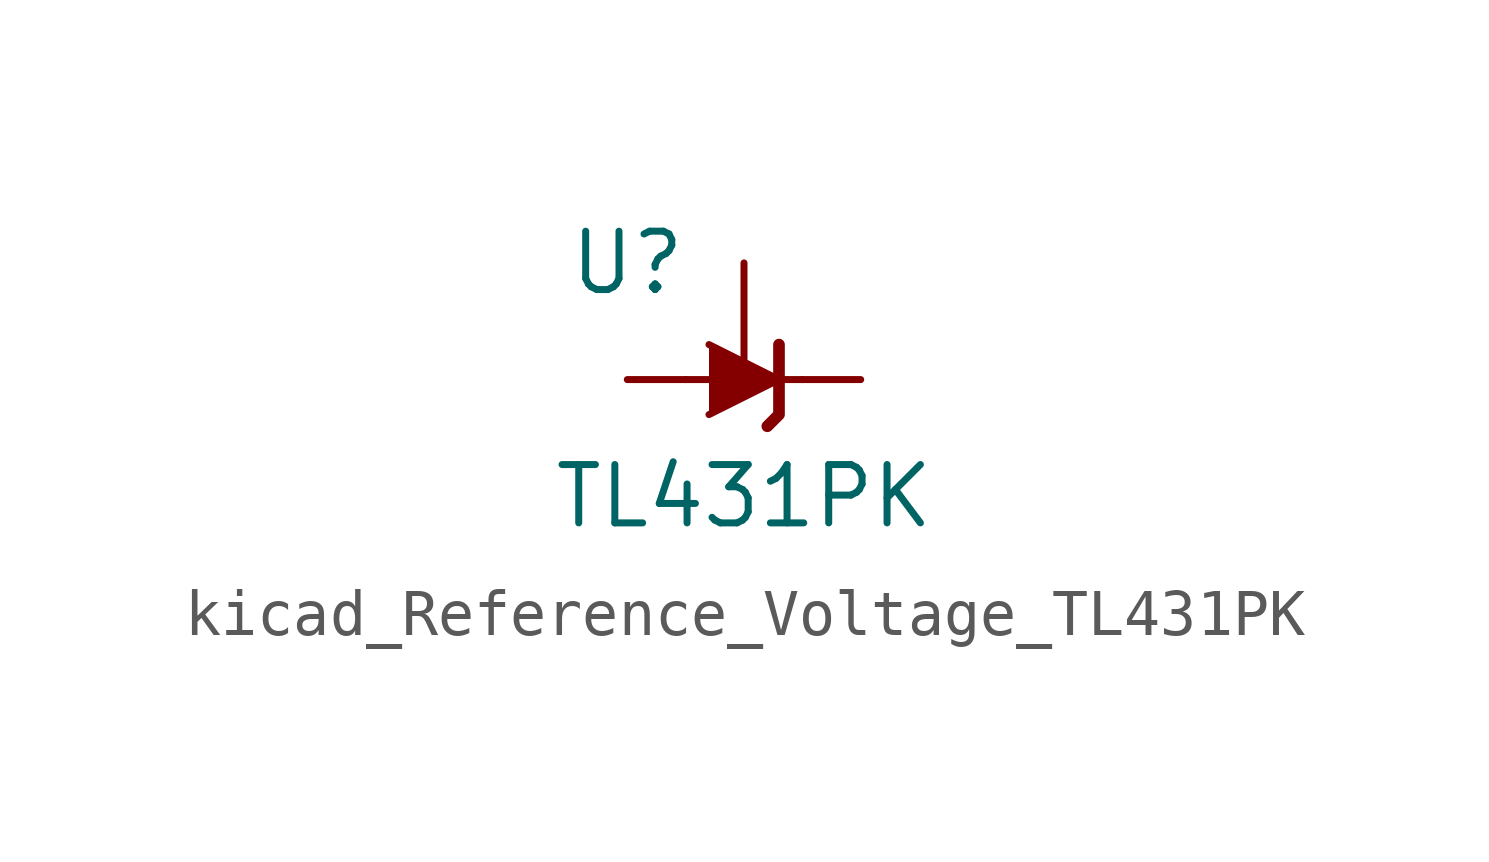
<source format=kicad_sym>
(kicad_symbol_lib
  (version 20220914)
  (generator kicad_symbol_editor)
  (symbol "kicad_Reference_Voltage_TL431PK"
    (pin_numbers hide)
    (pin_names hide)
    (property "Reference" "U"
      (at -2.54 2.54 0)
      (effects (font (size 1.27 1.27))))
    (property "Value" "TL431PK"
      (at 0 -2.54 0)
      (effects (font (size 1.27 1.27))))
    (symbol "kicad_Reference_Voltage_TL431PK_0_1"
      (polyline (pts (xy -1.27 0) (xy 0 0) (xy 1.27 0)) (stroke (width 0) (type default)) (fill (type none)))
      (polyline (pts (xy -0.762 0.762) (xy 0.762 0) (xy -0.762 -0.762)) (stroke (width 0) (type default)) (fill (type outline)))
      (polyline (pts (xy 0.508 -1.016) (xy 0.762 -0.762) (xy 0.762 0.762) (xy 0.762 0.762)) (stroke (width 0.254) (type default)) (fill (type none))))
    (symbol "kicad_Reference_Voltage_TL431PK_1_1"
      (pin passive line (at 0 2.54 270) (length 2.54) (name "REF" (effects (font (size 1.27 1.27)))) (number "1" (effects (font (size 1.27 1.27)))))
      (pin passive line (at -2.54 0 0) (length 1.27) (name "A" (effects (font (size 1.27 1.27)))) (number "2" (effects (font (size 1.27 1.27)))))
      (pin passive line (at 2.54 0 180) (length 1.27) (name "K" (effects (font (size 1.27 1.27)))) (number "3" (effects (font (size 1.27 1.27))))))))
</source>
